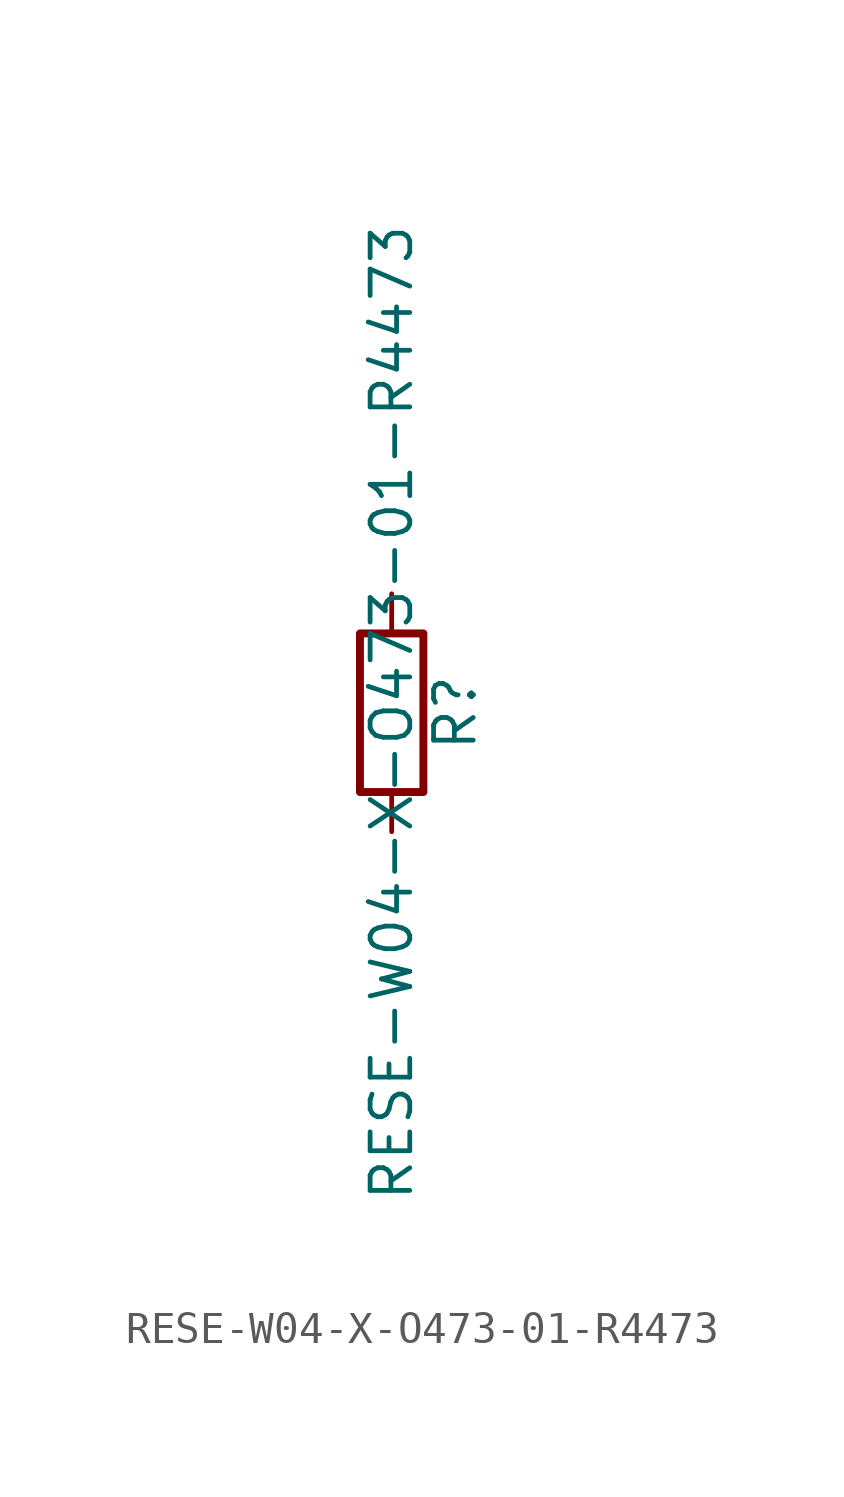
<source format=kicad_sym>
(kicad_symbol_lib
  (version 20211014)
  (generator kicad_symbol_editor)
  (symbol "RESE-W04-X-O473-01-R4473"
    (pin_numbers hide)
    (pin_names
      (offset 0))
    (property "Reference" "R"
      (at 2.032 0 90)
      (effects (font (size 1.27 1.27))))
    (property "Value" "RESE-W04-X-O473-01-R4473"
      (at 0 0 90)
      (effects (font (size 1.27 1.27))))
    (symbol "RESE-W04-X-O473-01-R4473_0_1"
      (rectangle (start -1.016 -2.54) (end 1.016 2.54) (stroke (width 0.254) (type default) (color 0 0 0 0)) (fill (type none))))
    (symbol "RESE-W04-X-O473-01-R4473_1_1"
      (pin passive line (at 0 3.81 270) (length 1.27) (name "~" (effects (font (size 1.27 1.27)))) (number "1" (effects (font (size 1.27 1.27)))))
      (pin passive line (at 0 -3.81 90) (length 1.27) (name "~" (effects (font (size 1.27 1.27)))) (number "2" (effects (font (size 1.27 1.27))))))))
</source>
